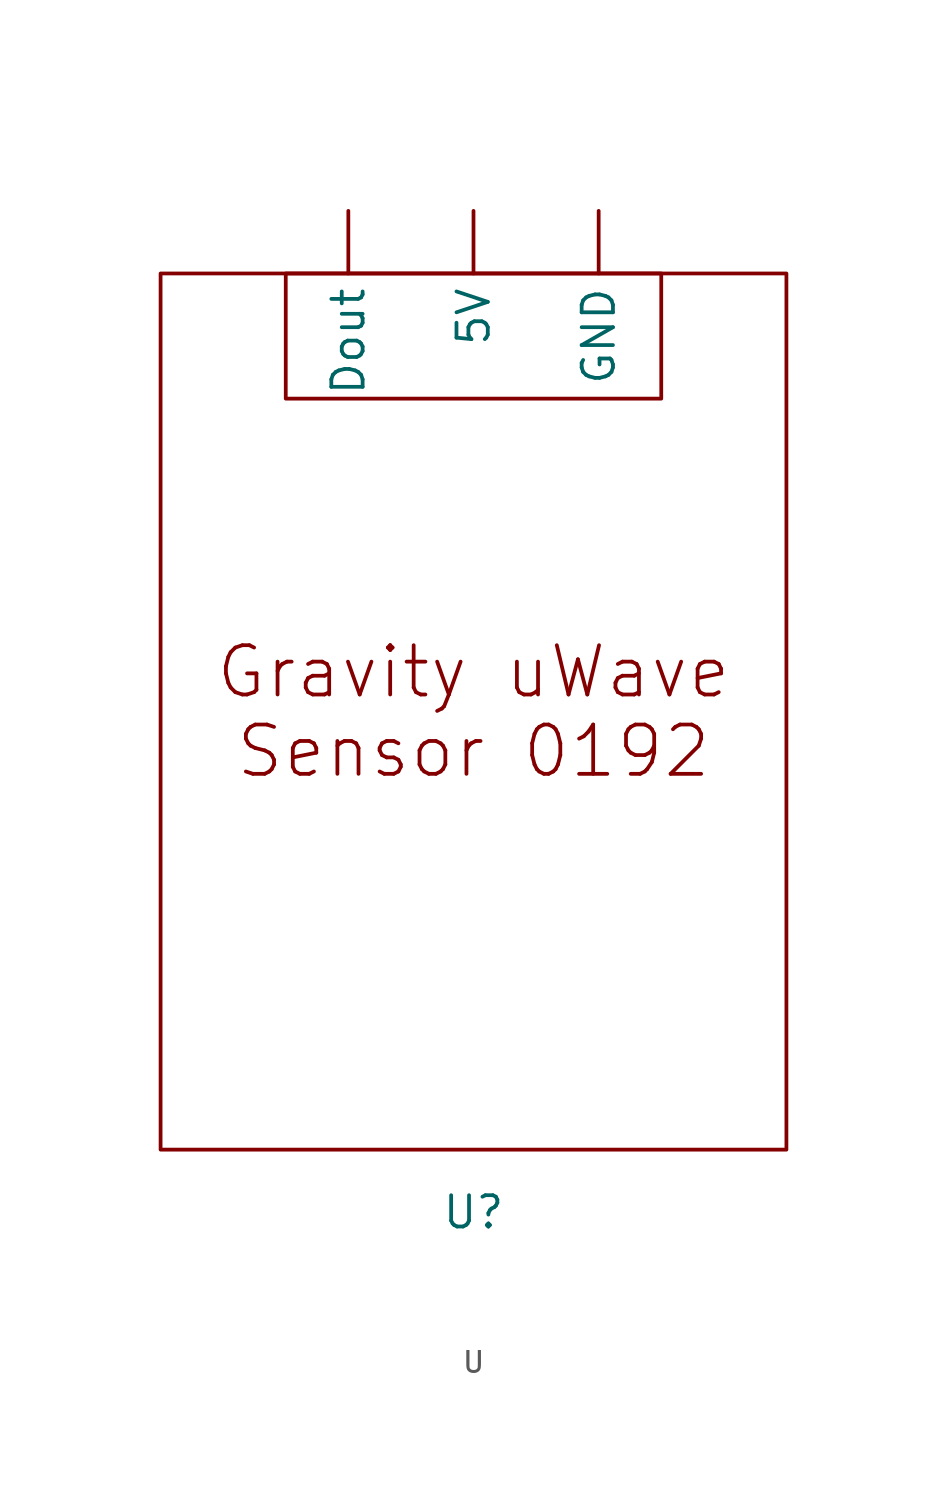
<source format=kicad_sym>
(kicad_symbol_lib
  (version 20241209)
  (generator "kicad_symbol_editor")
  (generator_version "9.0")
  (symbol "U"
    (pin_numbers
      (hide yes))
    (property "Reference" "U"
      (at 0 -20.32 0)
      (effects (font (size 1.27 1.27))))
    (property "Value" ""
      (at 0 0 0)
      (effects (font (size 1.27 1.27))))
    (symbol "U_0_1"
      (rectangle (start -12.7 17.78) (end 12.7 -17.78) (stroke (width 0) (type default)) (fill (type none))))
    (symbol "U_1_1"
      (rectangle (start -7.62 17.78) (end 7.62 12.7) (stroke (width 0) (type default)) (fill (type none)))
      (text "Gravity uWave\nSensor 0192" (at 0 0 0) (effects (font (size 2 2))))
      (pin output line (at -5.08 20.32 270) (length 2.54) (name "Dout" (effects (font (size 1.27 1.27)))) (number "" (effects (font (size 1.27 1.27)))))
      (pin input line (at 0 20.32 270) (length 2.54) (name "5V" (effects (font (size 1.27 1.27)))) (number "" (effects (font (size 1.27 1.27)))))
      (pin input line (at 5.08 20.32 270) (length 2.54) (name "GND" (effects (font (size 1.27 1.27)))) (number "" (effects (font (size 1.27 1.27))))))))
</source>
